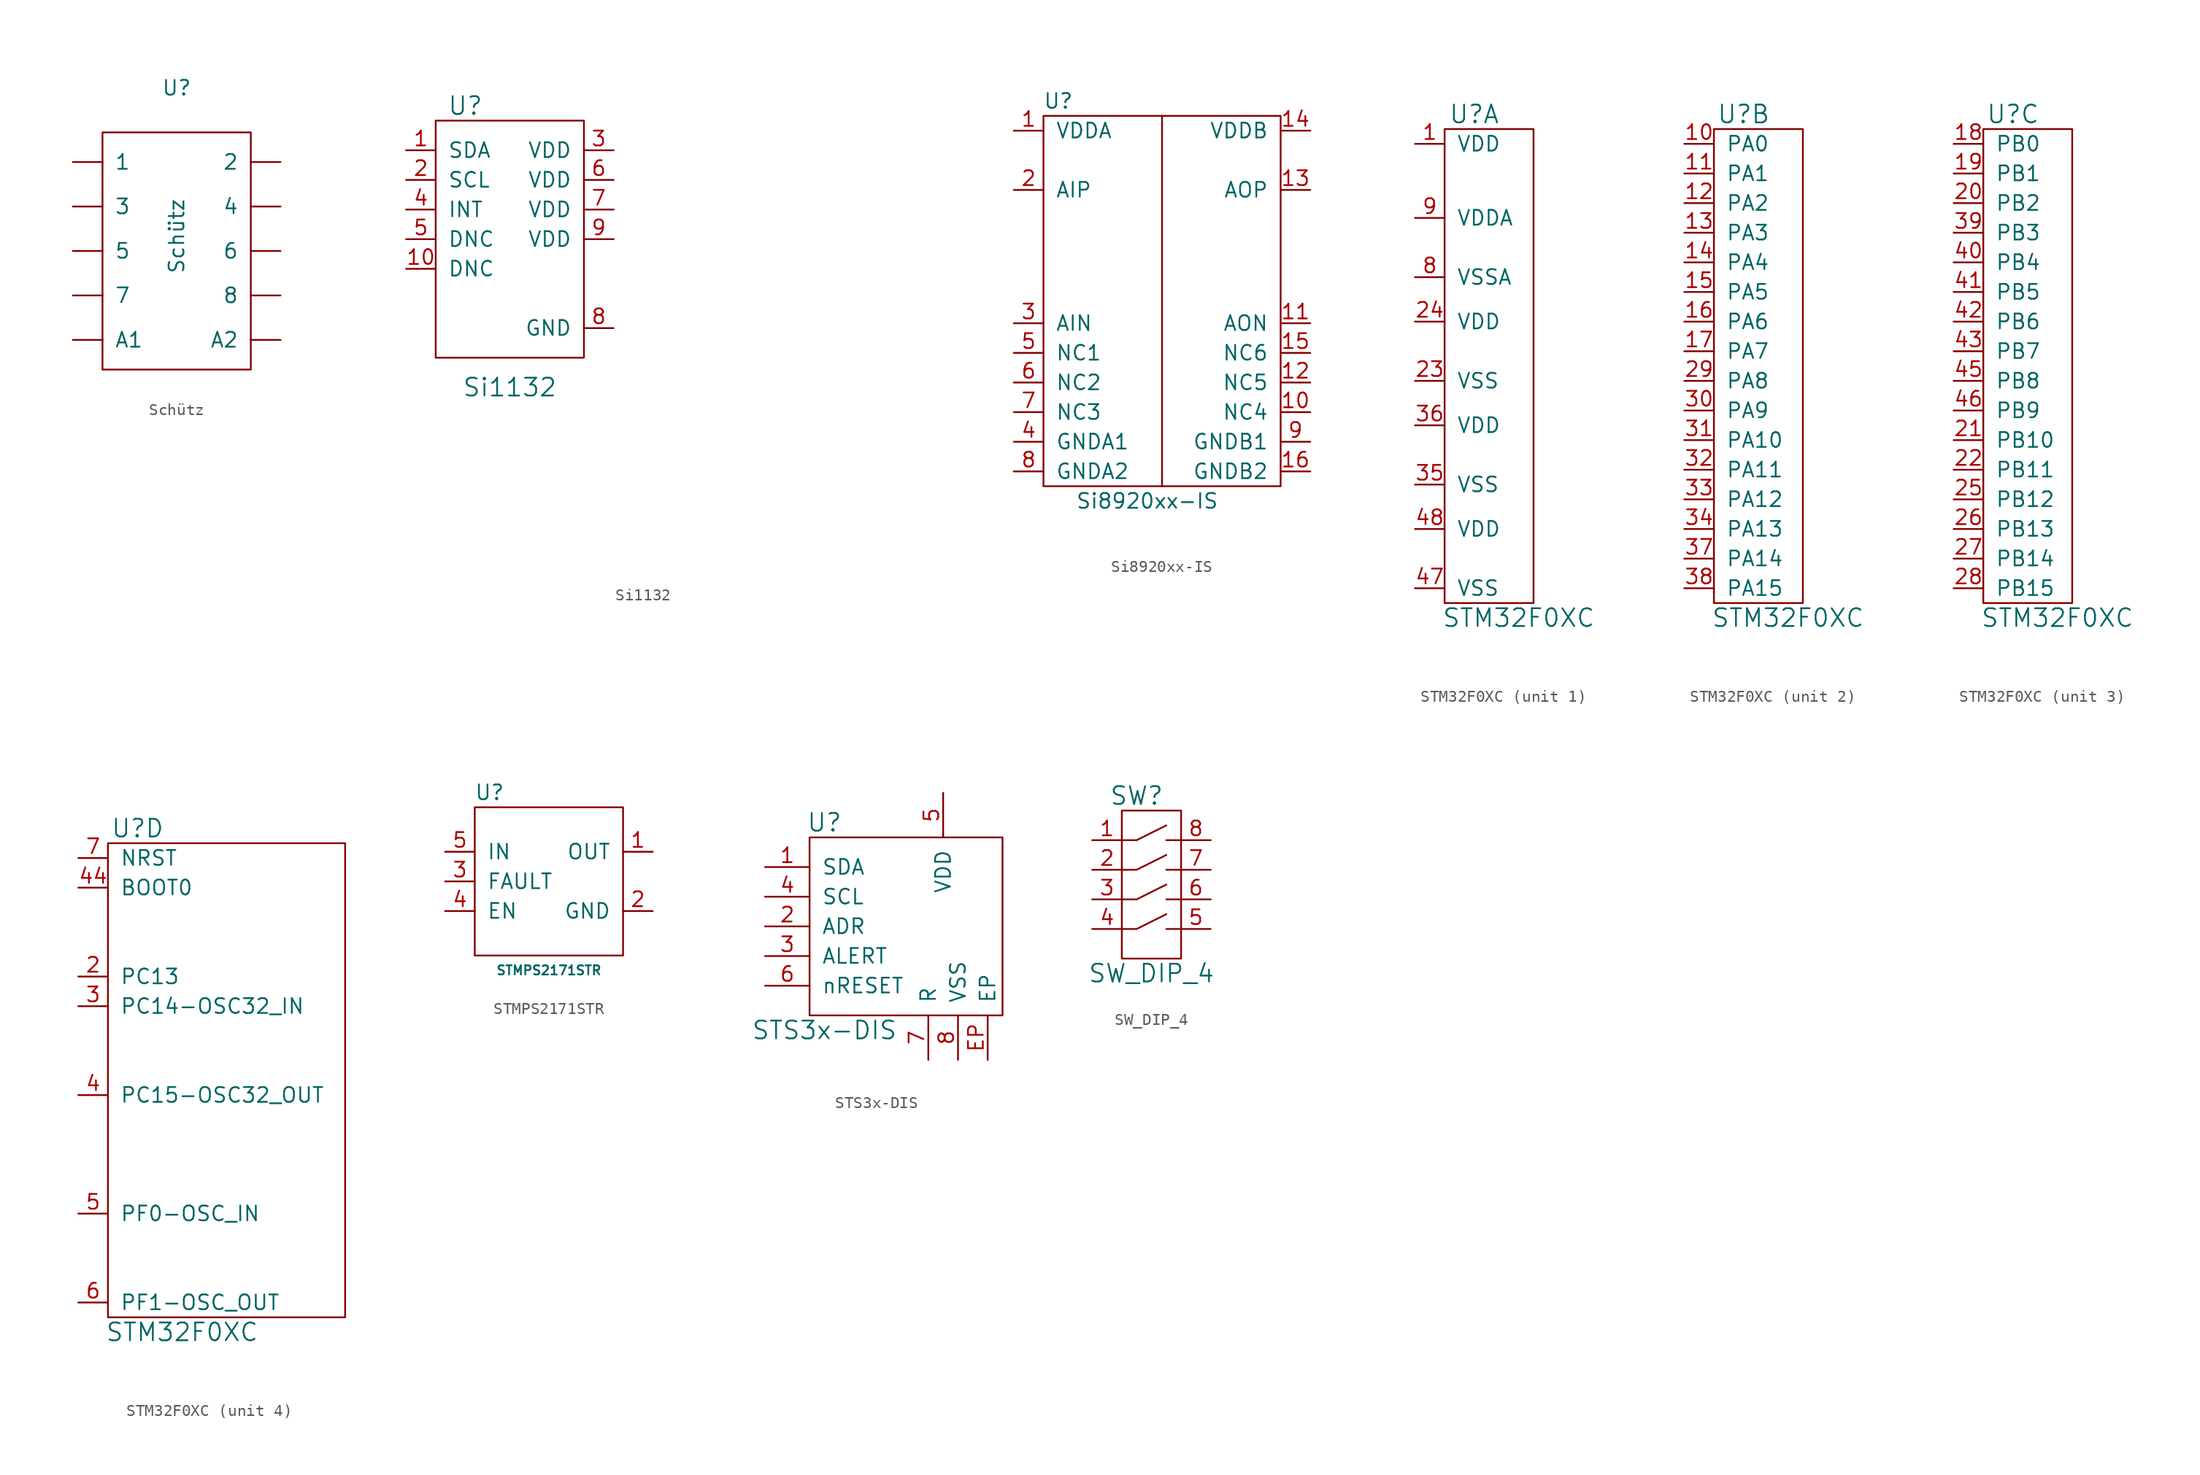
<source format=kicad_sym>
(kicad_symbol_lib
  (version 20211014)
  (generator kicad_symbol_editor)
  (symbol "Schütz"
    (pin_names
      (offset 1.016))
    (property "Reference" "U"
      (at 0 12.7 0)
      (effects (font (size 1.27 1.27))))
    (property "Value" "Schütz"
      (at 0 0 90)
      (effects (font (size 1.27 1.27))))
    (symbol "Schütz_0_1"
      (rectangle (start -6.35 8.89) (end 6.35 -11.43) (stroke (width 0) (type default) (color 0 0 0 0)) (fill (type none))))
    (symbol "Schütz_1_1"
      (pin output line (at -8.89 6.35 0) (length 2.54) (name "1" (effects (font (size 1.27 1.27)))) (number "~" (effects (font (size 1.27 1.27)))))
      (pin output line (at 8.89 6.35 180) (length 2.54) (name "2" (effects (font (size 1.27 1.27)))) (number "~" (effects (font (size 1.27 1.27)))))
      (pin output line (at -8.89 2.54 0) (length 2.54) (name "3" (effects (font (size 1.27 1.27)))) (number "~" (effects (font (size 1.27 1.27)))))
      (pin output line (at 8.89 2.54 180) (length 2.54) (name "4" (effects (font (size 1.27 1.27)))) (number "~" (effects (font (size 1.27 1.27)))))
      (pin output line (at -8.89 -1.27 0) (length 2.54) (name "5" (effects (font (size 1.27 1.27)))) (number "~" (effects (font (size 1.27 1.27)))))
      (pin output line (at 8.89 -1.27 180) (length 2.54) (name "6" (effects (font (size 1.27 1.27)))) (number "~" (effects (font (size 1.27 1.27)))))
      (pin output line (at -8.89 -5.08 0) (length 2.54) (name "7" (effects (font (size 1.27 1.27)))) (number "~" (effects (font (size 1.27 1.27)))))
      (pin output line (at 8.89 -5.08 180) (length 2.54) (name "8" (effects (font (size 1.27 1.27)))) (number "~" (effects (font (size 1.27 1.27)))))
      (pin output line (at -8.89 -8.89 0) (length 2.54) (name "A1" (effects (font (size 1.27 1.27)))) (number "~" (effects (font (size 1.27 1.27)))))
      (pin output line (at 8.89 -8.89 180) (length 2.54) (name "A2" (effects (font (size 1.27 1.27)))) (number "~" (effects (font (size 1.27 1.27)))))))
  (symbol "Si1132"
    (pin_names
      (offset 1.016))
    (property "Reference" "U"
      (at -3.81 11.43 0)
      (effects (font (size 1.524 1.524))))
    (property "Value" "Si1132"
      (at 0 -12.7 0)
      (effects (font (size 1.524 1.524))))
    (property "Footprint" ""
      (at 31.75 -25.4 0)
      (effects (font (size 1.524 1.524))))
    (property "Datasheet" ""
      (at 31.75 -25.4 0)
      (effects (font (size 1.524 1.524))))
    (symbol "Si1132_0_1"
      (rectangle (start -6.35 10.16) (end 6.35 -10.16) (stroke (width 0) (type default) (color 0 0 0 0)) (fill (type none))))
    (symbol "Si1132_1_1"
      (pin input line (at -8.89 7.62 0) (length 2.54) (name "SDA" (effects (font (size 1.27 1.27)))) (number "1" (effects (font (size 1.27 1.27)))))
      (pin input line (at -8.89 -2.54 0) (length 2.54) (name "DNC" (effects (font (size 1.27 1.27)))) (number "10" (effects (font (size 1.27 1.27)))))
      (pin input line (at -8.89 5.08 0) (length 2.54) (name "SCL" (effects (font (size 1.27 1.27)))) (number "2" (effects (font (size 1.27 1.27)))))
      (pin input line (at 8.89 7.62 180) (length 2.54) (name "VDD" (effects (font (size 1.27 1.27)))) (number "3" (effects (font (size 1.27 1.27)))))
      (pin input line (at -8.89 2.54 0) (length 2.54) (name "INT" (effects (font (size 1.27 1.27)))) (number "4" (effects (font (size 1.27 1.27)))))
      (pin input line (at -8.89 0 0) (length 2.54) (name "DNC" (effects (font (size 1.27 1.27)))) (number "5" (effects (font (size 1.27 1.27)))))
      (pin input line (at 8.89 5.08 180) (length 2.54) (name "VDD" (effects (font (size 1.27 1.27)))) (number "6" (effects (font (size 1.27 1.27)))))
      (pin input line (at 8.89 2.54 180) (length 2.54) (name "VDD" (effects (font (size 1.27 1.27)))) (number "7" (effects (font (size 1.27 1.27)))))
      (pin input line (at 8.89 -7.62 180) (length 2.54) (name "GND" (effects (font (size 1.27 1.27)))) (number "8" (effects (font (size 1.27 1.27)))))
      (pin input line (at 8.89 0 180) (length 2.54) (name "VDD" (effects (font (size 1.27 1.27)))) (number "9" (effects (font (size 1.27 1.27)))))))
  (symbol "Si8920xx-IS"
    (pin_names
      (offset 1.016))
    (property "Reference" "U"
      (at -8.89 16.51 0)
      (effects (font (size 1.27 1.27))))
    (property "Value" "Si8920xx-IS"
      (at -1.27 -17.78 0)
      (effects (font (size 1.27 1.27))))
    (symbol "Si8920xx-IS_0_1"
      (rectangle (start -10.16 15.24) (end 10.16 -16.51) (stroke (width 0) (type default) (color 0 0 0 0)) (fill (type none)))
      (polyline (pts (xy 0 15.24) (xy 0 -16.51)) (stroke (width 0) (type default) (color 0 0 0 0)) (fill (type none))))
    (symbol "Si8920xx-IS_1_1"
      (pin passive line (at -12.7 13.97 0) (length 2.54) (name "VDDA" (effects (font (size 1.27 1.27)))) (number "1" (effects (font (size 1.27 1.27)))))
      (pin passive line (at 12.7 -10.16 180) (length 2.54) (name "NC4" (effects (font (size 1.27 1.27)))) (number "10" (effects (font (size 1.27 1.27)))))
      (pin passive line (at 12.7 -2.54 180) (length 2.54) (name "AON" (effects (font (size 1.27 1.27)))) (number "11" (effects (font (size 1.27 1.27)))))
      (pin passive line (at 12.7 -7.62 180) (length 2.54) (name "NC5" (effects (font (size 1.27 1.27)))) (number "12" (effects (font (size 1.27 1.27)))))
      (pin passive line (at 12.7 8.89 180) (length 2.54) (name "AOP" (effects (font (size 1.27 1.27)))) (number "13" (effects (font (size 1.27 1.27)))))
      (pin passive line (at 12.7 13.97 180) (length 2.54) (name "VDDB" (effects (font (size 1.27 1.27)))) (number "14" (effects (font (size 1.27 1.27)))))
      (pin passive line (at 12.7 -5.08 180) (length 2.54) (name "NC6" (effects (font (size 1.27 1.27)))) (number "15" (effects (font (size 1.27 1.27)))))
      (pin passive line (at 12.7 -15.24 180) (length 2.54) (name "GNDB2" (effects (font (size 1.27 1.27)))) (number "16" (effects (font (size 1.27 1.27)))))
      (pin passive line (at -12.7 8.89 0) (length 2.54) (name "AIP" (effects (font (size 1.27 1.27)))) (number "2" (effects (font (size 1.27 1.27)))))
      (pin passive line (at -12.7 -2.54 0) (length 2.54) (name "AIN" (effects (font (size 1.27 1.27)))) (number "3" (effects (font (size 1.27 1.27)))))
      (pin passive line (at -12.7 -12.7 0) (length 2.54) (name "GNDA1" (effects (font (size 1.27 1.27)))) (number "4" (effects (font (size 1.27 1.27)))))
      (pin passive line (at -12.7 -5.08 0) (length 2.54) (name "NC1" (effects (font (size 1.27 1.27)))) (number "5" (effects (font (size 1.27 1.27)))))
      (pin passive line (at -12.7 -7.62 0) (length 2.54) (name "NC2" (effects (font (size 1.27 1.27)))) (number "6" (effects (font (size 1.27 1.27)))))
      (pin passive line (at -12.7 -10.16 0) (length 2.54) (name "NC3" (effects (font (size 1.27 1.27)))) (number "7" (effects (font (size 1.27 1.27)))))
      (pin passive line (at -12.7 -15.24 0) (length 2.54) (name "GNDA2" (effects (font (size 1.27 1.27)))) (number "8" (effects (font (size 1.27 1.27)))))
      (pin passive line (at 12.7 -12.7 180) (length 2.54) (name "GNDB1" (effects (font (size 1.27 1.27)))) (number "9" (effects (font (size 1.27 1.27)))))))
  (symbol "STM32F0XC"
    (pin_names
      (offset 1.016))
    (property "Reference" "U"
      (at -1.27 21.59 0)
      (effects (font (size 1.524 1.524))))
    (property "Value" "STM32F0XC"
      (at 2.54 -21.59 0)
      (effects (font (size 1.524 1.524))))
    (symbol "STM32F0XC_1_1"
      (rectangle (start -3.81 20.32) (end 3.81 -20.32) (stroke (width 0) (type default) (color 0 0 0 0)) (fill (type none)))
      (pin passive line (at -6.35 19.05 0) (length 2.54) (name "VDD" (effects (font (size 1.27 1.27)))) (number "1" (effects (font (size 1.27 1.27)))))
      (pin passive line (at -6.35 -1.27 0) (length 2.54) (name "VSS" (effects (font (size 1.27 1.27)))) (number "23" (effects (font (size 1.27 1.27)))))
      (pin passive line (at -6.35 3.81 0) (length 2.54) (name "VDD" (effects (font (size 1.27 1.27)))) (number "24" (effects (font (size 1.27 1.27)))))
      (pin passive line (at -6.35 -10.16 0) (length 2.54) (name "VSS" (effects (font (size 1.27 1.27)))) (number "35" (effects (font (size 1.27 1.27)))))
      (pin passive line (at -6.35 -5.08 0) (length 2.54) (name "VDD" (effects (font (size 1.27 1.27)))) (number "36" (effects (font (size 1.27 1.27)))))
      (pin passive line (at -6.35 -19.05 0) (length 2.54) (name "VSS" (effects (font (size 1.27 1.27)))) (number "47" (effects (font (size 1.27 1.27)))))
      (pin passive line (at -6.35 -13.97 0) (length 2.54) (name "VDD" (effects (font (size 1.27 1.27)))) (number "48" (effects (font (size 1.27 1.27)))))
      (pin passive line (at -6.35 7.62 0) (length 2.54) (name "VSSA" (effects (font (size 1.27 1.27)))) (number "8" (effects (font (size 1.27 1.27)))))
      (pin passive line (at -6.35 12.7 0) (length 2.54) (name "VDDA" (effects (font (size 1.27 1.27)))) (number "9" (effects (font (size 1.27 1.27))))))
    (symbol "STM32F0XC_2_1"
      (rectangle (start -3.81 20.32) (end 3.81 -20.32) (stroke (width 0) (type default) (color 0 0 0 0)) (fill (type none)))
      (pin passive line (at -6.35 19.05 0) (length 2.54) (name "PA0" (effects (font (size 1.27 1.27)))) (number "10" (effects (font (size 1.27 1.27)))))
      (pin passive line (at -6.35 16.51 0) (length 2.54) (name "PA1" (effects (font (size 1.27 1.27)))) (number "11" (effects (font (size 1.27 1.27)))))
      (pin passive line (at -6.35 13.97 0) (length 2.54) (name "PA2" (effects (font (size 1.27 1.27)))) (number "12" (effects (font (size 1.27 1.27)))))
      (pin passive line (at -6.35 11.43 0) (length 2.54) (name "PA3" (effects (font (size 1.27 1.27)))) (number "13" (effects (font (size 1.27 1.27)))))
      (pin passive line (at -6.35 8.89 0) (length 2.54) (name "PA4" (effects (font (size 1.27 1.27)))) (number "14" (effects (font (size 1.27 1.27)))))
      (pin passive line (at -6.35 6.35 0) (length 2.54) (name "PA5" (effects (font (size 1.27 1.27)))) (number "15" (effects (font (size 1.27 1.27)))))
      (pin passive line (at -6.35 3.81 0) (length 2.54) (name "PA6" (effects (font (size 1.27 1.27)))) (number "16" (effects (font (size 1.27 1.27)))))
      (pin passive line (at -6.35 1.27 0) (length 2.54) (name "PA7" (effects (font (size 1.27 1.27)))) (number "17" (effects (font (size 1.27 1.27)))))
      (pin passive line (at -6.35 -1.27 0) (length 2.54) (name "PA8" (effects (font (size 1.27 1.27)))) (number "29" (effects (font (size 1.27 1.27)))))
      (pin passive line (at -6.35 -3.81 0) (length 2.54) (name "PA9" (effects (font (size 1.27 1.27)))) (number "30" (effects (font (size 1.27 1.27)))))
      (pin passive line (at -6.35 -6.35 0) (length 2.54) (name "PA10" (effects (font (size 1.27 1.27)))) (number "31" (effects (font (size 1.27 1.27)))))
      (pin passive line (at -6.35 -8.89 0) (length 2.54) (name "PA11" (effects (font (size 1.27 1.27)))) (number "32" (effects (font (size 1.27 1.27)))))
      (pin passive line (at -6.35 -11.43 0) (length 2.54) (name "PA12" (effects (font (size 1.27 1.27)))) (number "33" (effects (font (size 1.27 1.27)))))
      (pin passive line (at -6.35 -13.97 0) (length 2.54) (name "PA13" (effects (font (size 1.27 1.27)))) (number "34" (effects (font (size 1.27 1.27)))))
      (pin passive line (at -6.35 -16.51 0) (length 2.54) (name "PA14" (effects (font (size 1.27 1.27)))) (number "37" (effects (font (size 1.27 1.27)))))
      (pin passive line (at -6.35 -19.05 0) (length 2.54) (name "PA15" (effects (font (size 1.27 1.27)))) (number "38" (effects (font (size 1.27 1.27))))))
    (symbol "STM32F0XC_3_1"
      (rectangle (start -3.81 20.32) (end 3.81 -20.32) (stroke (width 0) (type default) (color 0 0 0 0)) (fill (type none)))
      (pin passive line (at -6.35 19.05 0) (length 2.54) (name "PB0" (effects (font (size 1.27 1.27)))) (number "18" (effects (font (size 1.27 1.27)))))
      (pin passive line (at -6.35 16.51 0) (length 2.54) (name "PB1" (effects (font (size 1.27 1.27)))) (number "19" (effects (font (size 1.27 1.27)))))
      (pin passive line (at -6.35 13.97 0) (length 2.54) (name "PB2" (effects (font (size 1.27 1.27)))) (number "20" (effects (font (size 1.27 1.27)))))
      (pin passive line (at -6.35 -6.35 0) (length 2.54) (name "PB10" (effects (font (size 1.27 1.27)))) (number "21" (effects (font (size 1.27 1.27)))))
      (pin passive line (at -6.35 -8.89 0) (length 2.54) (name "PB11" (effects (font (size 1.27 1.27)))) (number "22" (effects (font (size 1.27 1.27)))))
      (pin passive line (at -6.35 -11.43 0) (length 2.54) (name "PB12" (effects (font (size 1.27 1.27)))) (number "25" (effects (font (size 1.27 1.27)))))
      (pin passive line (at -6.35 -13.97 0) (length 2.54) (name "PB13" (effects (font (size 1.27 1.27)))) (number "26" (effects (font (size 1.27 1.27)))))
      (pin passive line (at -6.35 -16.51 0) (length 2.54) (name "PB14" (effects (font (size 1.27 1.27)))) (number "27" (effects (font (size 1.27 1.27)))))
      (pin passive line (at -6.35 -19.05 0) (length 2.54) (name "PB15" (effects (font (size 1.27 1.27)))) (number "28" (effects (font (size 1.27 1.27)))))
      (pin passive line (at -6.35 11.43 0) (length 2.54) (name "PB3" (effects (font (size 1.27 1.27)))) (number "39" (effects (font (size 1.27 1.27)))))
      (pin passive line (at -6.35 8.89 0) (length 2.54) (name "PB4" (effects (font (size 1.27 1.27)))) (number "40" (effects (font (size 1.27 1.27)))))
      (pin passive line (at -6.35 6.35 0) (length 2.54) (name "PB5" (effects (font (size 1.27 1.27)))) (number "41" (effects (font (size 1.27 1.27)))))
      (pin passive line (at -6.35 3.81 0) (length 2.54) (name "PB6" (effects (font (size 1.27 1.27)))) (number "42" (effects (font (size 1.27 1.27)))))
      (pin passive line (at -6.35 1.27 0) (length 2.54) (name "PB7" (effects (font (size 1.27 1.27)))) (number "43" (effects (font (size 1.27 1.27)))))
      (pin passive line (at -6.35 -1.27 0) (length 2.54) (name "PB8" (effects (font (size 1.27 1.27)))) (number "45" (effects (font (size 1.27 1.27)))))
      (pin passive line (at -6.35 -3.81 0) (length 2.54) (name "PB9" (effects (font (size 1.27 1.27)))) (number "46" (effects (font (size 1.27 1.27))))))
    (symbol "STM32F0XC_4_1"
      (rectangle (start -3.81 20.32) (end 16.51 -20.32) (stroke (width 0) (type default) (color 0 0 0 0)) (fill (type none)))
      (pin passive line (at -6.35 8.89 0) (length 2.54) (name "PC13" (effects (font (size 1.27 1.27)))) (number "2" (effects (font (size 1.27 1.27)))))
      (pin passive line (at -6.35 6.35 0) (length 2.54) (name "PC14-OSC32_IN" (effects (font (size 1.27 1.27)))) (number "3" (effects (font (size 1.27 1.27)))))
      (pin passive line (at -6.35 -1.27 0) (length 2.54) (name "PC15-OSC32_OUT" (effects (font (size 1.27 1.27)))) (number "4" (effects (font (size 1.27 1.27)))))
      (pin passive line (at -6.35 16.51 0) (length 2.54) (name "BOOT0" (effects (font (size 1.27 1.27)))) (number "44" (effects (font (size 1.27 1.27)))))
      (pin passive line (at -6.35 -11.43 0) (length 2.54) (name "PF0-OSC_IN" (effects (font (size 1.27 1.27)))) (number "5" (effects (font (size 1.27 1.27)))))
      (pin passive line (at -6.35 -19.05 0) (length 2.54) (name "PF1-OSC_OUT" (effects (font (size 1.27 1.27)))) (number "6" (effects (font (size 1.27 1.27)))))
      (pin passive line (at -6.35 19.05 0) (length 2.54) (name "NRST" (effects (font (size 1.27 1.27)))) (number "7" (effects (font (size 1.27 1.27)))))))
  (symbol "STMPS2171STR"
    (pin_names
      (offset 1.016))
    (property "Reference" "U"
      (at -5.08 7.62 0)
      (effects (font (size 1.27 1.27))))
    (property "Value" "STMPS2171STR"
      (at 0 -7.62 0)
      (effects (font (size 0.787 0.787))))
    (symbol "STMPS2171STR_0_1"
      (rectangle (start -6.35 6.35) (end 6.35 -6.35) (stroke (width 0) (type default) (color 0 0 0 0)) (fill (type none))))
    (symbol "STMPS2171STR_1_1"
      (pin input line (at 8.89 2.54 180) (length 2.54) (name "OUT" (effects (font (size 1.27 1.27)))) (number "1" (effects (font (size 1.27 1.27)))))
      (pin input line (at 8.89 -2.54 180) (length 2.54) (name "GND" (effects (font (size 1.27 1.27)))) (number "2" (effects (font (size 1.27 1.27)))))
      (pin input line (at -8.89 0 0) (length 2.54) (name "FAULT" (effects (font (size 1.27 1.27)))) (number "3" (effects (font (size 1.27 1.27)))))
      (pin input line (at -8.89 -2.54 0) (length 2.54) (name "EN" (effects (font (size 1.27 1.27)))) (number "4" (effects (font (size 1.27 1.27)))))
      (pin input line (at -8.89 2.54 0) (length 2.54) (name "IN" (effects (font (size 1.27 1.27)))) (number "5" (effects (font (size 1.27 1.27)))))))
  (symbol "STS3x-DIS"
    (pin_names
      (offset 1.016))
    (property "Reference" "U"
      (at -10.16 8.89 0)
      (effects (font (size 1.524 1.524))))
    (property "Value" "STS3x-DIS"
      (at -10.16 -8.89 0)
      (effects (font (size 1.524 1.524))))
    (symbol "STS3x-DIS_0_1"
      (rectangle (start -11.43 7.62) (end 5.08 -7.62) (stroke (width 0) (type default) (color 0 0 0 0)) (fill (type none))))
    (symbol "STS3x-DIS_1_1"
      (pin passive line (at -15.24 5.08 0) (length 3.81) (name "SDA" (effects (font (size 1.27 1.27)))) (number "1" (effects (font (size 1.27 1.27)))))
      (pin passive line (at -15.24 0 0) (length 3.81) (name "ADR" (effects (font (size 1.27 1.27)))) (number "2" (effects (font (size 1.27 1.27)))))
      (pin passive line (at -15.24 -2.54 0) (length 3.81) (name "ALERT" (effects (font (size 1.27 1.27)))) (number "3" (effects (font (size 1.27 1.27)))))
      (pin passive line (at -15.24 2.54 0) (length 3.81) (name "SCL" (effects (font (size 1.27 1.27)))) (number "4" (effects (font (size 1.27 1.27)))))
      (pin passive line (at 0 11.43 270) (length 3.81) (name "VDD" (effects (font (size 1.27 1.27)))) (number "5" (effects (font (size 1.27 1.27)))))
      (pin passive line (at -15.24 -5.08 0) (length 3.81) (name "nRESET" (effects (font (size 1.27 1.27)))) (number "6" (effects (font (size 1.27 1.27)))))
      (pin passive line (at -1.27 -11.43 90) (length 3.81) (name "R" (effects (font (size 1.27 1.27)))) (number "7" (effects (font (size 1.27 1.27)))))
      (pin passive line (at 1.27 -11.43 90) (length 3.81) (name "VSS" (effects (font (size 1.27 1.27)))) (number "8" (effects (font (size 1.27 1.27)))))
      (pin passive line (at 3.81 -11.43 90) (length 3.81) (name "EP" (effects (font (size 1.27 1.27)))) (number "EP" (effects (font (size 1.27 1.27)))))))
  (symbol "SW_DIP_4"
    (pin_names
      (offset 1.016))
    (property "Reference" "SW"
      (at -1.27 7.62 0)
      (effects (font (size 1.524 1.524))))
    (property "Value" "SW_DIP_4"
      (at 0 -7.62 0)
      (effects (font (size 1.524 1.524))))
    (property "Footprint" ""
      (at 3.81 7.62 0)
      (effects (font (size 1.524 1.524))))
    (property "Datasheet" ""
      (at 3.81 7.62 0)
      (effects (font (size 1.524 1.524))))
    (symbol "SW_DIP_4_0_1"
      (rectangle (start -2.54 6.35) (end 2.54 -6.35) (stroke (width 0) (type default) (color 0 0 0 0)) (fill (type none)))
      (polyline (pts (xy 2.54 -3.81) (xy 1.27 -3.81)) (stroke (width 0) (type default) (color 0 0 0 0)) (fill (type none)))
      (polyline (pts (xy 2.54 -1.27) (xy 1.27 -1.27)) (stroke (width 0) (type default) (color 0 0 0 0)) (fill (type none)))
      (polyline (pts (xy 2.54 1.27) (xy 1.27 1.27)) (stroke (width 0) (type default) (color 0 0 0 0)) (fill (type none)))
      (polyline (pts (xy 2.54 3.81) (xy 1.27 3.81)) (stroke (width 0) (type default) (color 0 0 0 0)) (fill (type none)))
      (polyline (pts (xy -2.54 -3.81) (xy -1.27 -3.81) (xy 1.27 -2.54)) (stroke (width 0) (type default) (color 0 0 0 0)) (fill (type none)))
      (polyline (pts (xy -2.54 -1.27) (xy -1.27 -1.27) (xy 1.27 0)) (stroke (width 0) (type default) (color 0 0 0 0)) (fill (type none)))
      (polyline (pts (xy -2.54 1.27) (xy -1.27 1.27) (xy 1.27 2.54)) (stroke (width 0) (type default) (color 0 0 0 0)) (fill (type none)))
      (polyline (pts (xy -2.54 3.81) (xy -1.27 3.81) (xy 1.27 5.08)) (stroke (width 0) (type default) (color 0 0 0 0)) (fill (type none))))
    (symbol "SW_DIP_4_1_1"
      (pin passive line (at -5.08 3.81 0) (length 2.54) (name "~" (effects (font (size 1.27 1.27)))) (number "1" (effects (font (size 1.27 1.27)))))
      (pin passive line (at -5.08 1.27 0) (length 2.54) (name "~" (effects (font (size 1.27 1.27)))) (number "2" (effects (font (size 1.27 1.27)))))
      (pin passive line (at -5.08 -1.27 0) (length 2.54) (name "~" (effects (font (size 1.27 1.27)))) (number "3" (effects (font (size 1.27 1.27)))))
      (pin passive line (at -5.08 -3.81 0) (length 2.54) (name "~" (effects (font (size 1.27 1.27)))) (number "4" (effects (font (size 1.27 1.27)))))
      (pin passive line (at 5.08 -3.81 180) (length 2.54) (name "~" (effects (font (size 1.27 1.27)))) (number "5" (effects (font (size 1.27 1.27)))))
      (pin passive line (at 5.08 -1.27 180) (length 2.54) (name "~" (effects (font (size 1.27 1.27)))) (number "6" (effects (font (size 1.27 1.27)))))
      (pin passive line (at 5.08 1.27 180) (length 2.54) (name "~" (effects (font (size 1.27 1.27)))) (number "7" (effects (font (size 1.27 1.27)))))
      (pin passive line (at 5.08 3.81 180) (length 2.54) (name "~" (effects (font (size 1.27 1.27)))) (number "8" (effects (font (size 1.27 1.27))))))))
</source>
